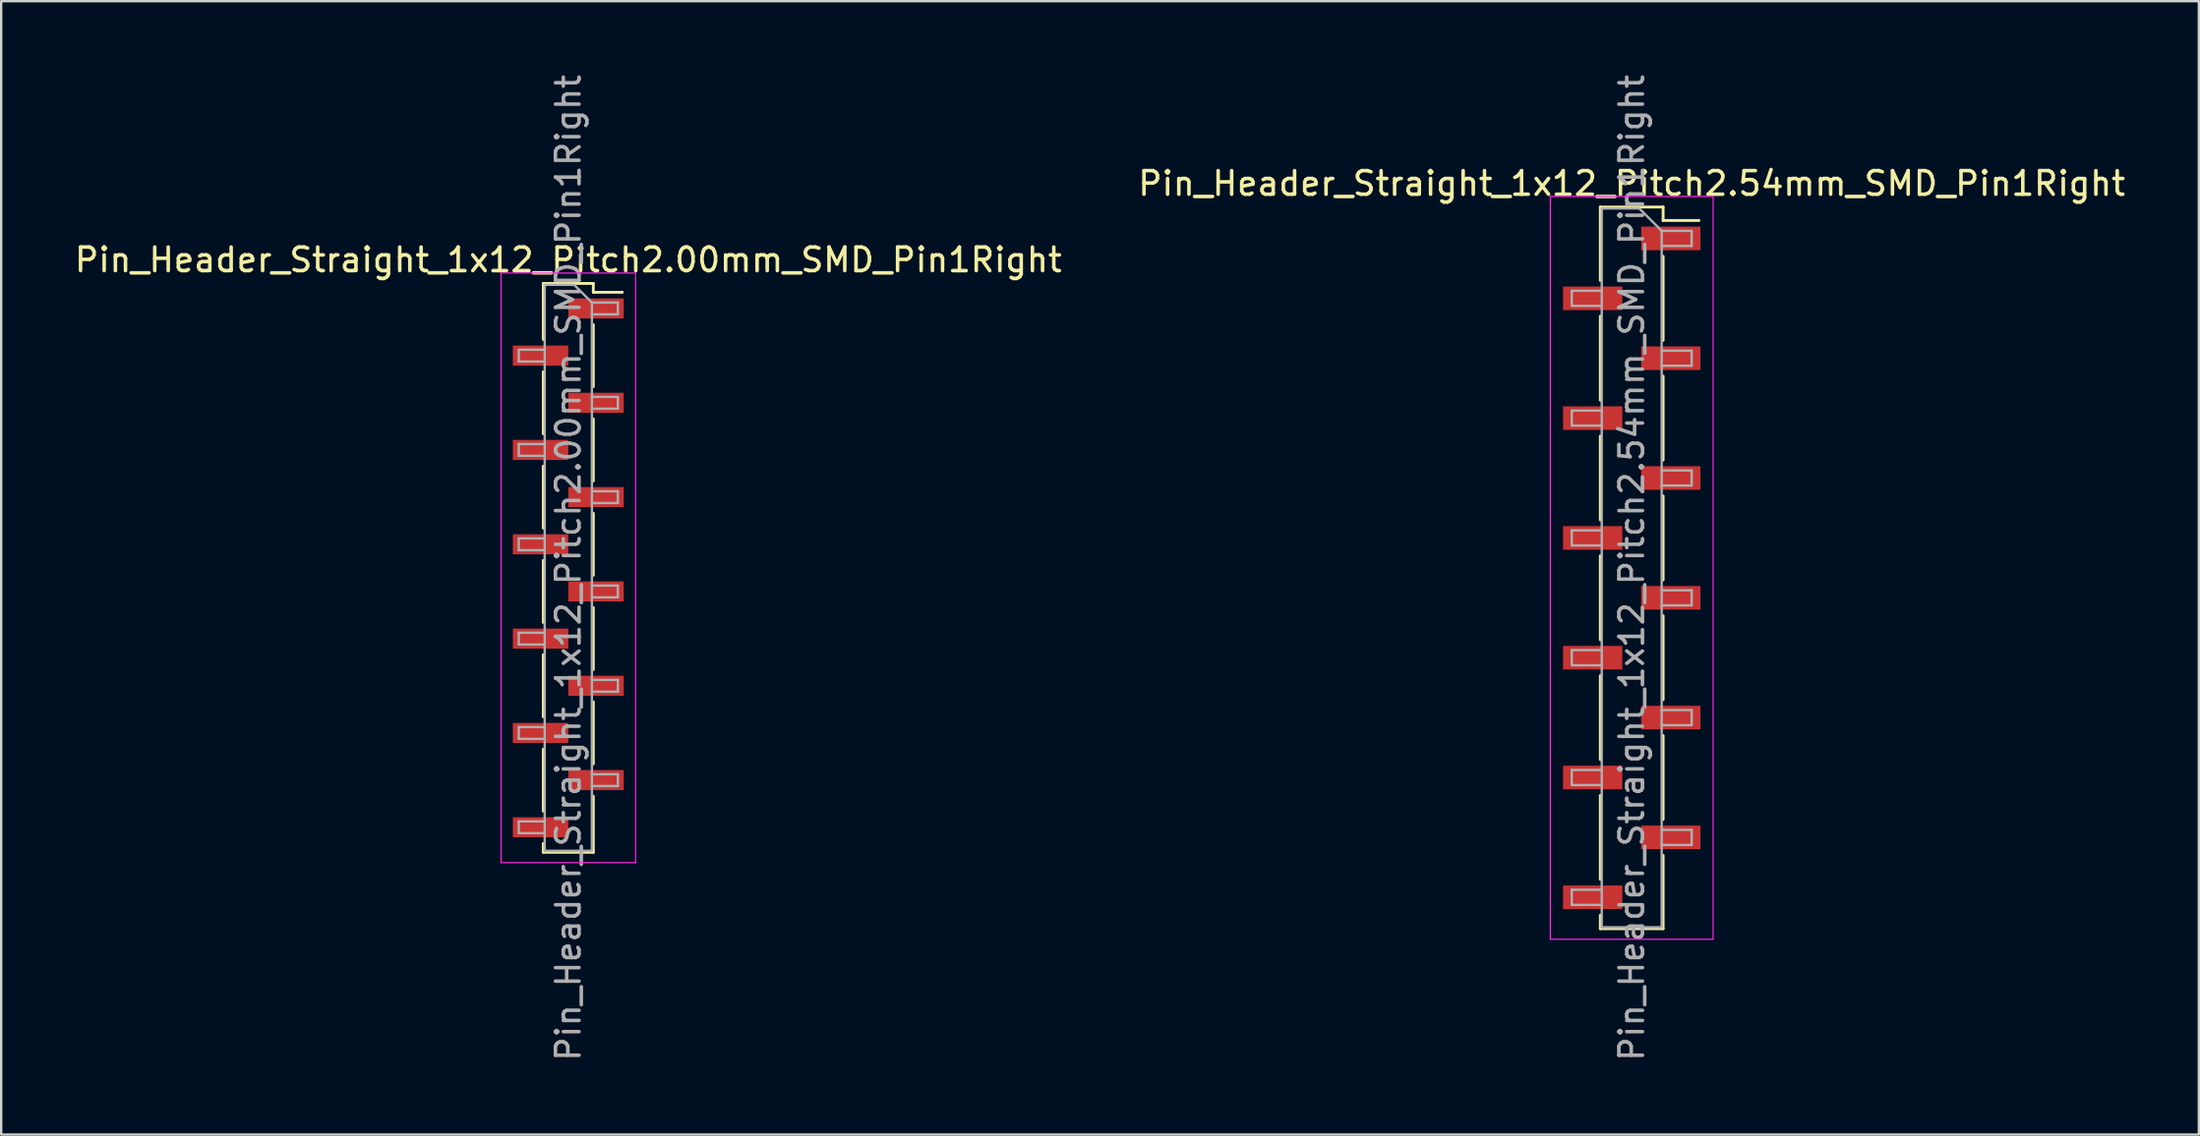
<source format=kicad_pcb>
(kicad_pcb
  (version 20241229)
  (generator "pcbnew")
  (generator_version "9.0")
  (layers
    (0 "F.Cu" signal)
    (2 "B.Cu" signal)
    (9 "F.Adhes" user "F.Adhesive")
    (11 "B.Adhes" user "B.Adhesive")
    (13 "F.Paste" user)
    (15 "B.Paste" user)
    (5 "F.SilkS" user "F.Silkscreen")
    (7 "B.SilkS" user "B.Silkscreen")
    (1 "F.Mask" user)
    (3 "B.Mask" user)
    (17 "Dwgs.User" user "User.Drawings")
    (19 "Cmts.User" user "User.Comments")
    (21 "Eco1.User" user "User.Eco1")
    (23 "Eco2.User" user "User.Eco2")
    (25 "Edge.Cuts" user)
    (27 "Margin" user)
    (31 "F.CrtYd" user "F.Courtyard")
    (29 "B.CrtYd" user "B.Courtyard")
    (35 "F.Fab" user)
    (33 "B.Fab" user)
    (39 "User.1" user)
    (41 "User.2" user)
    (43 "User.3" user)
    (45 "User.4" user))
  (footprint "Pin_Header_Straight_1x12_Pitch2.00mm_SMD_Pin1Right"
    (layer "F.Cu")
    (at 21.03 21.03)
    (property "Reference" "Pin_Header_Straight_1x12_Pitch2.00mm_SMD_Pin1Right" (at 0 -13.06 0) (layer "F.SilkS") (effects (font (size 1 1) (thickness 0.15))))
    (attr smd)
    (fp_line (start -1.06 -12.06) (end -1.06 -9.685) (stroke (width 0.12) (type solid)) (layer "F.SilkS"))
    (fp_line (start -1.06 -12.06) (end 1.06 -12.06) (stroke (width 0.12) (type solid)) (layer "F.SilkS"))
    (fp_line (start -1.06 -8.315) (end -1.06 -5.685) (stroke (width 0.12) (type solid)) (layer "F.SilkS"))
    (fp_line (start -1.06 -4.315) (end -1.06 -1.685) (stroke (width 0.12) (type solid)) (layer "F.SilkS"))
    (fp_line (start -1.06 -0.315) (end -1.06 2.315) (stroke (width 0.12) (type solid)) (layer "F.SilkS"))
    (fp_line (start -1.06 3.685) (end -1.06 6.315) (stroke (width 0.12) (type solid)) (layer "F.SilkS"))
    (fp_line (start -1.06 7.685) (end -1.06 10.315) (stroke (width 0.12) (type solid)) (layer "F.SilkS"))
    (fp_line (start -1.06 11.685) (end -1.06 12.06) (stroke (width 0.12) (type solid)) (layer "F.SilkS"))
    (fp_line (start -1.06 12.06) (end 1.06 12.06) (stroke (width 0.12) (type solid)) (layer "F.SilkS"))
    (fp_line (start 1.06 -12.06) (end 1.06 -11.685) (stroke (width 0.12) (type solid)) (layer "F.SilkS"))
    (fp_line (start 1.06 -11.685) (end 2.29 -11.685) (stroke (width 0.12) (type solid)) (layer "F.SilkS"))
    (fp_line (start 1.06 -10.315) (end 1.06 -7.685) (stroke (width 0.12) (type solid)) (layer "F.SilkS"))
    (fp_line (start 1.06 -6.315) (end 1.06 -3.685) (stroke (width 0.12) (type solid)) (layer "F.SilkS"))
    (fp_line (start 1.06 -2.315) (end 1.06 0.315) (stroke (width 0.12) (type solid)) (layer "F.SilkS"))
    (fp_line (start 1.06 1.685) (end 1.06 4.315) (stroke (width 0.12) (type solid)) (layer "F.SilkS"))
    (fp_line (start 1.06 5.685) (end 1.06 8.315) (stroke (width 0.12) (type solid)) (layer "F.SilkS"))
    (fp_line (start 1.06 9.685) (end 1.06 12.06) (stroke (width 0.12) (type solid)) (layer "F.SilkS"))
    (fp_line (start -2.85 -12.5) (end -2.85 12.5) (stroke (width 0.05) (type solid)) (layer "F.CrtYd"))
    (fp_line (start -2.85 12.5) (end 2.85 12.5) (stroke (width 0.05) (type solid)) (layer "F.CrtYd"))
    (fp_line (start 2.85 -12.5) (end -2.85 -12.5) (stroke (width 0.05) (type solid)) (layer "F.CrtYd"))
    (fp_line (start 2.85 12.5) (end 2.85 -12.5) (stroke (width 0.05) (type solid)) (layer "F.CrtYd"))
    (fp_line (start -2.1 -9.25) (end -2.1 -8.75) (stroke (width 0.1) (type solid)) (layer "F.Fab"))
    (fp_line (start -2.1 -8.75) (end -1 -8.75) (stroke (width 0.1) (type solid)) (layer "F.Fab"))
    (fp_line (start -2.1 -5.25) (end -2.1 -4.75) (stroke (width 0.1) (type solid)) (layer "F.Fab"))
    (fp_line (start -2.1 -4.75) (end -1 -4.75) (stroke (width 0.1) (type solid)) (layer "F.Fab"))
    (fp_line (start -2.1 -1.25) (end -2.1 -0.75) (stroke (width 0.1) (type solid)) (layer "F.Fab"))
    (fp_line (start -2.1 -0.75) (end -1 -0.75) (stroke (width 0.1) (type solid)) (layer "F.Fab"))
    (fp_line (start -2.1 2.75) (end -2.1 3.25) (stroke (width 0.1) (type solid)) (layer "F.Fab"))
    (fp_line (start -2.1 3.25) (end -1 3.25) (stroke (width 0.1) (type solid)) (layer "F.Fab"))
    (fp_line (start -2.1 6.75) (end -2.1 7.25) (stroke (width 0.1) (type solid)) (layer "F.Fab"))
    (fp_line (start -2.1 7.25) (end -1 7.25) (stroke (width 0.1) (type solid)) (layer "F.Fab"))
    (fp_line (start -2.1 10.75) (end -2.1 11.25) (stroke (width 0.1) (type solid)) (layer "F.Fab"))
    (fp_line (start -2.1 11.25) (end -1 11.25) (stroke (width 0.1) (type solid)) (layer "F.Fab"))
    (fp_line (start -1 -12) (end -1 12) (stroke (width 0.1) (type solid)) (layer "F.Fab"))
    (fp_line (start -1 -12) (end 0.25 -12) (stroke (width 0.1) (type solid)) (layer "F.Fab"))
    (fp_line (start -1 -9.25) (end -2.1 -9.25) (stroke (width 0.1) (type solid)) (layer "F.Fab"))
    (fp_line (start -1 -5.25) (end -2.1 -5.25) (stroke (width 0.1) (type solid)) (layer "F.Fab"))
    (fp_line (start -1 -1.25) (end -2.1 -1.25) (stroke (width 0.1) (type solid)) (layer "F.Fab"))
    (fp_line (start -1 2.75) (end -2.1 2.75) (stroke (width 0.1) (type solid)) (layer "F.Fab"))
    (fp_line (start -1 6.75) (end -2.1 6.75) (stroke (width 0.1) (type solid)) (layer "F.Fab"))
    (fp_line (start -1 10.75) (end -2.1 10.75) (stroke (width 0.1) (type solid)) (layer "F.Fab"))
    (fp_line (start 1 -11.25) (end 0.25 -12) (stroke (width 0.1) (type solid)) (layer "F.Fab"))
    (fp_line (start 1 -11.25) (end 2.1 -11.25) (stroke (width 0.1) (type solid)) (layer "F.Fab"))
    (fp_line (start 1 -7.25) (end 2.1 -7.25) (stroke (width 0.1) (type solid)) (layer "F.Fab"))
    (fp_line (start 1 -3.25) (end 2.1 -3.25) (stroke (width 0.1) (type solid)) (layer "F.Fab"))
    (fp_line (start 1 0.75) (end 2.1 0.75) (stroke (width 0.1) (type solid)) (layer "F.Fab"))
    (fp_line (start 1 4.75) (end 2.1 4.75) (stroke (width 0.1) (type solid)) (layer "F.Fab"))
    (fp_line (start 1 8.75) (end 2.1 8.75) (stroke (width 0.1) (type solid)) (layer "F.Fab"))
    (fp_line (start 1 12) (end -1 12) (stroke (width 0.1) (type solid)) (layer "F.Fab"))
    (fp_line (start 1 12) (end 1 -11.25) (stroke (width 0.1) (type solid)) (layer "F.Fab"))
    (fp_line (start 2.1 -11.25) (end 2.1 -10.75) (stroke (width 0.1) (type solid)) (layer "F.Fab"))
    (fp_line (start 2.1 -10.75) (end 1 -10.75) (stroke (width 0.1) (type solid)) (layer "F.Fab"))
    (fp_line (start 2.1 -7.25) (end 2.1 -6.75) (stroke (width 0.1) (type solid)) (layer "F.Fab"))
    (fp_line (start 2.1 -6.75) (end 1 -6.75) (stroke (width 0.1) (type solid)) (layer "F.Fab"))
    (fp_line (start 2.1 -3.25) (end 2.1 -2.75) (stroke (width 0.1) (type solid)) (layer "F.Fab"))
    (fp_line (start 2.1 -2.75) (end 1 -2.75) (stroke (width 0.1) (type solid)) (layer "F.Fab"))
    (fp_line (start 2.1 0.75) (end 2.1 1.25) (stroke (width 0.1) (type solid)) (layer "F.Fab"))
    (fp_line (start 2.1 1.25) (end 1 1.25) (stroke (width 0.1) (type solid)) (layer "F.Fab"))
    (fp_line (start 2.1 4.75) (end 2.1 5.25) (stroke (width 0.1) (type solid)) (layer "F.Fab"))
    (fp_line (start 2.1 5.25) (end 1 5.25) (stroke (width 0.1) (type solid)) (layer "F.Fab"))
    (fp_line (start 2.1 8.75) (end 2.1 9.25) (stroke (width 0.1) (type solid)) (layer "F.Fab"))
    (fp_line (start 2.1 9.25) (end 1 9.25) (stroke (width 0.1) (type solid)) (layer "F.Fab"))
    (fp_text user "${REFERENCE}" (at 0 0 90) (layer "F.Fab") (effects (font (size 1 1) (thickness 0.15))))
    (pad "1" smd rect (at 1.175 -11) (size 2.35 0.85) (layers "F.Cu" "F.Mask" "F.Paste"))
    (pad "2" smd rect (at -1.175 -9) (size 2.35 0.85) (layers "F.Cu" "F.Mask" "F.Paste"))
    (pad "3" smd rect (at 1.175 -7) (size 2.35 0.85) (layers "F.Cu" "F.Mask" "F.Paste"))
    (pad "4" smd rect (at -1.175 -5) (size 2.35 0.85) (layers "F.Cu" "F.Mask" "F.Paste"))
    (pad "5" smd rect (at 1.175 -3) (size 2.35 0.85) (layers "F.Cu" "F.Mask" "F.Paste"))
    (pad "6" smd rect (at -1.175 -1) (size 2.35 0.85) (layers "F.Cu" "F.Mask" "F.Paste"))
    (pad "7" smd rect (at 1.175 1) (size 2.35 0.85) (layers "F.Cu" "F.Mask" "F.Paste"))
    (pad "8" smd rect (at -1.175 3) (size 2.35 0.85) (layers "F.Cu" "F.Mask" "F.Paste"))
    (pad "9" smd rect (at 1.175 5) (size 2.35 0.85) (layers "F.Cu" "F.Mask" "F.Paste"))
    (pad "10" smd rect (at -1.175 7) (size 2.35 0.85) (layers "F.Cu" "F.Mask" "F.Paste"))
    (pad "11" smd rect (at 1.175 9) (size 2.35 0.85) (layers "F.Cu" "F.Mask" "F.Paste"))
    (pad "12" smd rect (at -1.175 11) (size 2.35 0.85) (layers "F.Cu" "F.Mask" "F.Paste")))
  (footprint "Pin_Header_Straight_1x12_Pitch2.54mm_SMD_Pin1Right"
    (layer "F.Cu")
    (at 66.089 21.03)
    (property "Reference" "Pin_Header_Straight_1x12_Pitch2.54mm_SMD_Pin1Right" (at 0 -16.3 0) (layer "F.SilkS") (effects (font (size 1 1) (thickness 0.15))))
    (attr smd)
    (fp_line (start -1.33 -15.3) (end -1.33 -12.19) (stroke (width 0.12) (type solid)) (layer "F.SilkS"))
    (fp_line (start -1.33 -15.3) (end 1.33 -15.3) (stroke (width 0.12) (type solid)) (layer "F.SilkS"))
    (fp_line (start -1.33 -10.67) (end -1.33 -7.11) (stroke (width 0.12) (type solid)) (layer "F.SilkS"))
    (fp_line (start -1.33 -5.59) (end -1.33 -2.03) (stroke (width 0.12) (type solid)) (layer "F.SilkS"))
    (fp_line (start -1.33 -0.51) (end -1.33 3.05) (stroke (width 0.12) (type solid)) (layer "F.SilkS"))
    (fp_line (start -1.33 4.57) (end -1.33 8.13) (stroke (width 0.12) (type solid)) (layer "F.SilkS"))
    (fp_line (start -1.33 9.65) (end -1.33 13.21) (stroke (width 0.12) (type solid)) (layer "F.SilkS"))
    (fp_line (start -1.33 14.73) (end -1.33 15.3) (stroke (width 0.12) (type solid)) (layer "F.SilkS"))
    (fp_line (start -1.33 15.3) (end 1.33 15.3) (stroke (width 0.12) (type solid)) (layer "F.SilkS"))
    (fp_line (start 1.33 -15.3) (end 1.33 -14.73) (stroke (width 0.12) (type solid)) (layer "F.SilkS"))
    (fp_line (start 1.33 -14.73) (end 2.85 -14.73) (stroke (width 0.12) (type solid)) (layer "F.SilkS"))
    (fp_line (start 1.33 -13.21) (end 1.33 -9.65) (stroke (width 0.12) (type solid)) (layer "F.SilkS"))
    (fp_line (start 1.33 -8.13) (end 1.33 -4.57) (stroke (width 0.12) (type solid)) (layer "F.SilkS"))
    (fp_line (start 1.33 -3.05) (end 1.33 0.51) (stroke (width 0.12) (type solid)) (layer "F.SilkS"))
    (fp_line (start 1.33 2.03) (end 1.33 5.59) (stroke (width 0.12) (type solid)) (layer "F.SilkS"))
    (fp_line (start 1.33 7.11) (end 1.33 10.67) (stroke (width 0.12) (type solid)) (layer "F.SilkS"))
    (fp_line (start 1.33 12.19) (end 1.33 15.3) (stroke (width 0.12) (type solid)) (layer "F.SilkS"))
    (fp_line (start -3.45 -15.75) (end -3.45 15.75) (stroke (width 0.05) (type solid)) (layer "F.CrtYd"))
    (fp_line (start -3.45 15.75) (end 3.45 15.75) (stroke (width 0.05) (type solid)) (layer "F.CrtYd"))
    (fp_line (start 3.45 -15.75) (end -3.45 -15.75) (stroke (width 0.05) (type solid)) (layer "F.CrtYd"))
    (fp_line (start 3.45 15.75) (end 3.45 -15.75) (stroke (width 0.05) (type solid)) (layer "F.CrtYd"))
    (fp_line (start -2.54 -11.75) (end -2.54 -11.11) (stroke (width 0.1) (type solid)) (layer "F.Fab"))
    (fp_line (start -2.54 -11.11) (end -1.27 -11.11) (stroke (width 0.1) (type solid)) (layer "F.Fab"))
    (fp_line (start -2.54 -6.67) (end -2.54 -6.03) (stroke (width 0.1) (type solid)) (layer "F.Fab"))
    (fp_line (start -2.54 -6.03) (end -1.27 -6.03) (stroke (width 0.1) (type solid)) (layer "F.Fab"))
    (fp_line (start -2.54 -1.59) (end -2.54 -0.95) (stroke (width 0.1) (type solid)) (layer "F.Fab"))
    (fp_line (start -2.54 -0.95) (end -1.27 -0.95) (stroke (width 0.1) (type solid)) (layer "F.Fab"))
    (fp_line (start -2.54 3.49) (end -2.54 4.13) (stroke (width 0.1) (type solid)) (layer "F.Fab"))
    (fp_line (start -2.54 4.13) (end -1.27 4.13) (stroke (width 0.1) (type solid)) (layer "F.Fab"))
    (fp_line (start -2.54 8.57) (end -2.54 9.21) (stroke (width 0.1) (type solid)) (layer "F.Fab"))
    (fp_line (start -2.54 9.21) (end -1.27 9.21) (stroke (width 0.1) (type solid)) (layer "F.Fab"))
    (fp_line (start -2.54 13.65) (end -2.54 14.29) (stroke (width 0.1) (type solid)) (layer "F.Fab"))
    (fp_line (start -2.54 14.29) (end -1.27 14.29) (stroke (width 0.1) (type solid)) (layer "F.Fab"))
    (fp_line (start -1.27 -15.24) (end -1.27 15.24) (stroke (width 0.1) (type solid)) (layer "F.Fab"))
    (fp_line (start -1.27 -15.24) (end 0.32 -15.24) (stroke (width 0.1) (type solid)) (layer "F.Fab"))
    (fp_line (start -1.27 -11.75) (end -2.54 -11.75) (stroke (width 0.1) (type solid)) (layer "F.Fab"))
    (fp_line (start -1.27 -6.67) (end -2.54 -6.67) (stroke (width 0.1) (type solid)) (layer "F.Fab"))
    (fp_line (start -1.27 -1.59) (end -2.54 -1.59) (stroke (width 0.1) (type solid)) (layer "F.Fab"))
    (fp_line (start -1.27 3.49) (end -2.54 3.49) (stroke (width 0.1) (type solid)) (layer "F.Fab"))
    (fp_line (start -1.27 8.57) (end -2.54 8.57) (stroke (width 0.1) (type solid)) (layer "F.Fab"))
    (fp_line (start -1.27 13.65) (end -2.54 13.65) (stroke (width 0.1) (type solid)) (layer "F.Fab"))
    (fp_line (start 1.27 -14.29) (end 0.32 -15.24) (stroke (width 0.1) (type solid)) (layer "F.Fab"))
    (fp_line (start 1.27 -14.29) (end 2.54 -14.29) (stroke (width 0.1) (type solid)) (layer "F.Fab"))
    (fp_line (start 1.27 -9.21) (end 2.54 -9.21) (stroke (width 0.1) (type solid)) (layer "F.Fab"))
    (fp_line (start 1.27 -4.13) (end 2.54 -4.13) (stroke (width 0.1) (type solid)) (layer "F.Fab"))
    (fp_line (start 1.27 0.95) (end 2.54 0.95) (stroke (width 0.1) (type solid)) (layer "F.Fab"))
    (fp_line (start 1.27 6.03) (end 2.54 6.03) (stroke (width 0.1) (type solid)) (layer "F.Fab"))
    (fp_line (start 1.27 11.11) (end 2.54 11.11) (stroke (width 0.1) (type solid)) (layer "F.Fab"))
    (fp_line (start 1.27 15.24) (end -1.27 15.24) (stroke (width 0.1) (type solid)) (layer "F.Fab"))
    (fp_line (start 1.27 15.24) (end 1.27 -14.29) (stroke (width 0.1) (type solid)) (layer "F.Fab"))
    (fp_line (start 2.54 -14.29) (end 2.54 -13.65) (stroke (width 0.1) (type solid)) (layer "F.Fab"))
    (fp_line (start 2.54 -13.65) (end 1.27 -13.65) (stroke (width 0.1) (type solid)) (layer "F.Fab"))
    (fp_line (start 2.54 -9.21) (end 2.54 -8.57) (stroke (width 0.1) (type solid)) (layer "F.Fab"))
    (fp_line (start 2.54 -8.57) (end 1.27 -8.57) (stroke (width 0.1) (type solid)) (layer "F.Fab"))
    (fp_line (start 2.54 -4.13) (end 2.54 -3.49) (stroke (width 0.1) (type solid)) (layer "F.Fab"))
    (fp_line (start 2.54 -3.49) (end 1.27 -3.49) (stroke (width 0.1) (type solid)) (layer "F.Fab"))
    (fp_line (start 2.54 0.95) (end 2.54 1.59) (stroke (width 0.1) (type solid)) (layer "F.Fab"))
    (fp_line (start 2.54 1.59) (end 1.27 1.59) (stroke (width 0.1) (type solid)) (layer "F.Fab"))
    (fp_line (start 2.54 6.03) (end 2.54 6.67) (stroke (width 0.1) (type solid)) (layer "F.Fab"))
    (fp_line (start 2.54 6.67) (end 1.27 6.67) (stroke (width 0.1) (type solid)) (layer "F.Fab"))
    (fp_line (start 2.54 11.11) (end 2.54 11.75) (stroke (width 0.1) (type solid)) (layer "F.Fab"))
    (fp_line (start 2.54 11.75) (end 1.27 11.75) (stroke (width 0.1) (type solid)) (layer "F.Fab"))
    (fp_text user "${REFERENCE}" (at 0 0 90) (layer "F.Fab") (effects (font (size 1 1) (thickness 0.15))))
    (pad "1" smd rect (at 1.655 -13.97) (size 2.51 1) (layers "F.Cu" "F.Mask" "F.Paste"))
    (pad "2" smd rect (at -1.655 -11.43) (size 2.51 1) (layers "F.Cu" "F.Mask" "F.Paste"))
    (pad "3" smd rect (at 1.655 -8.89) (size 2.51 1) (layers "F.Cu" "F.Mask" "F.Paste"))
    (pad "4" smd rect (at -1.655 -6.35) (size 2.51 1) (layers "F.Cu" "F.Mask" "F.Paste"))
    (pad "5" smd rect (at 1.655 -3.81) (size 2.51 1) (layers "F.Cu" "F.Mask" "F.Paste"))
    (pad "6" smd rect (at -1.655 -1.27) (size 2.51 1) (layers "F.Cu" "F.Mask" "F.Paste"))
    (pad "7" smd rect (at 1.655 1.27) (size 2.51 1) (layers "F.Cu" "F.Mask" "F.Paste"))
    (pad "8" smd rect (at -1.655 3.81) (size 2.51 1) (layers "F.Cu" "F.Mask" "F.Paste"))
    (pad "9" smd rect (at 1.655 6.35) (size 2.51 1) (layers "F.Cu" "F.Mask" "F.Paste"))
    (pad "10" smd rect (at -1.655 8.89) (size 2.51 1) (layers "F.Cu" "F.Mask" "F.Paste"))
    (pad "11" smd rect (at 1.655 11.43) (size 2.51 1) (layers "F.Cu" "F.Mask" "F.Paste"))
    (pad "12" smd rect (at -1.655 13.97) (size 2.51 1) (layers "F.Cu" "F.Mask" "F.Paste")))
  (gr_rect
    (start -3 -3)
    (end 90.119 45.06)
    (stroke (width 0.1) (type default))
    (fill no)
    (layer "Edge.Cuts")))
</source>
